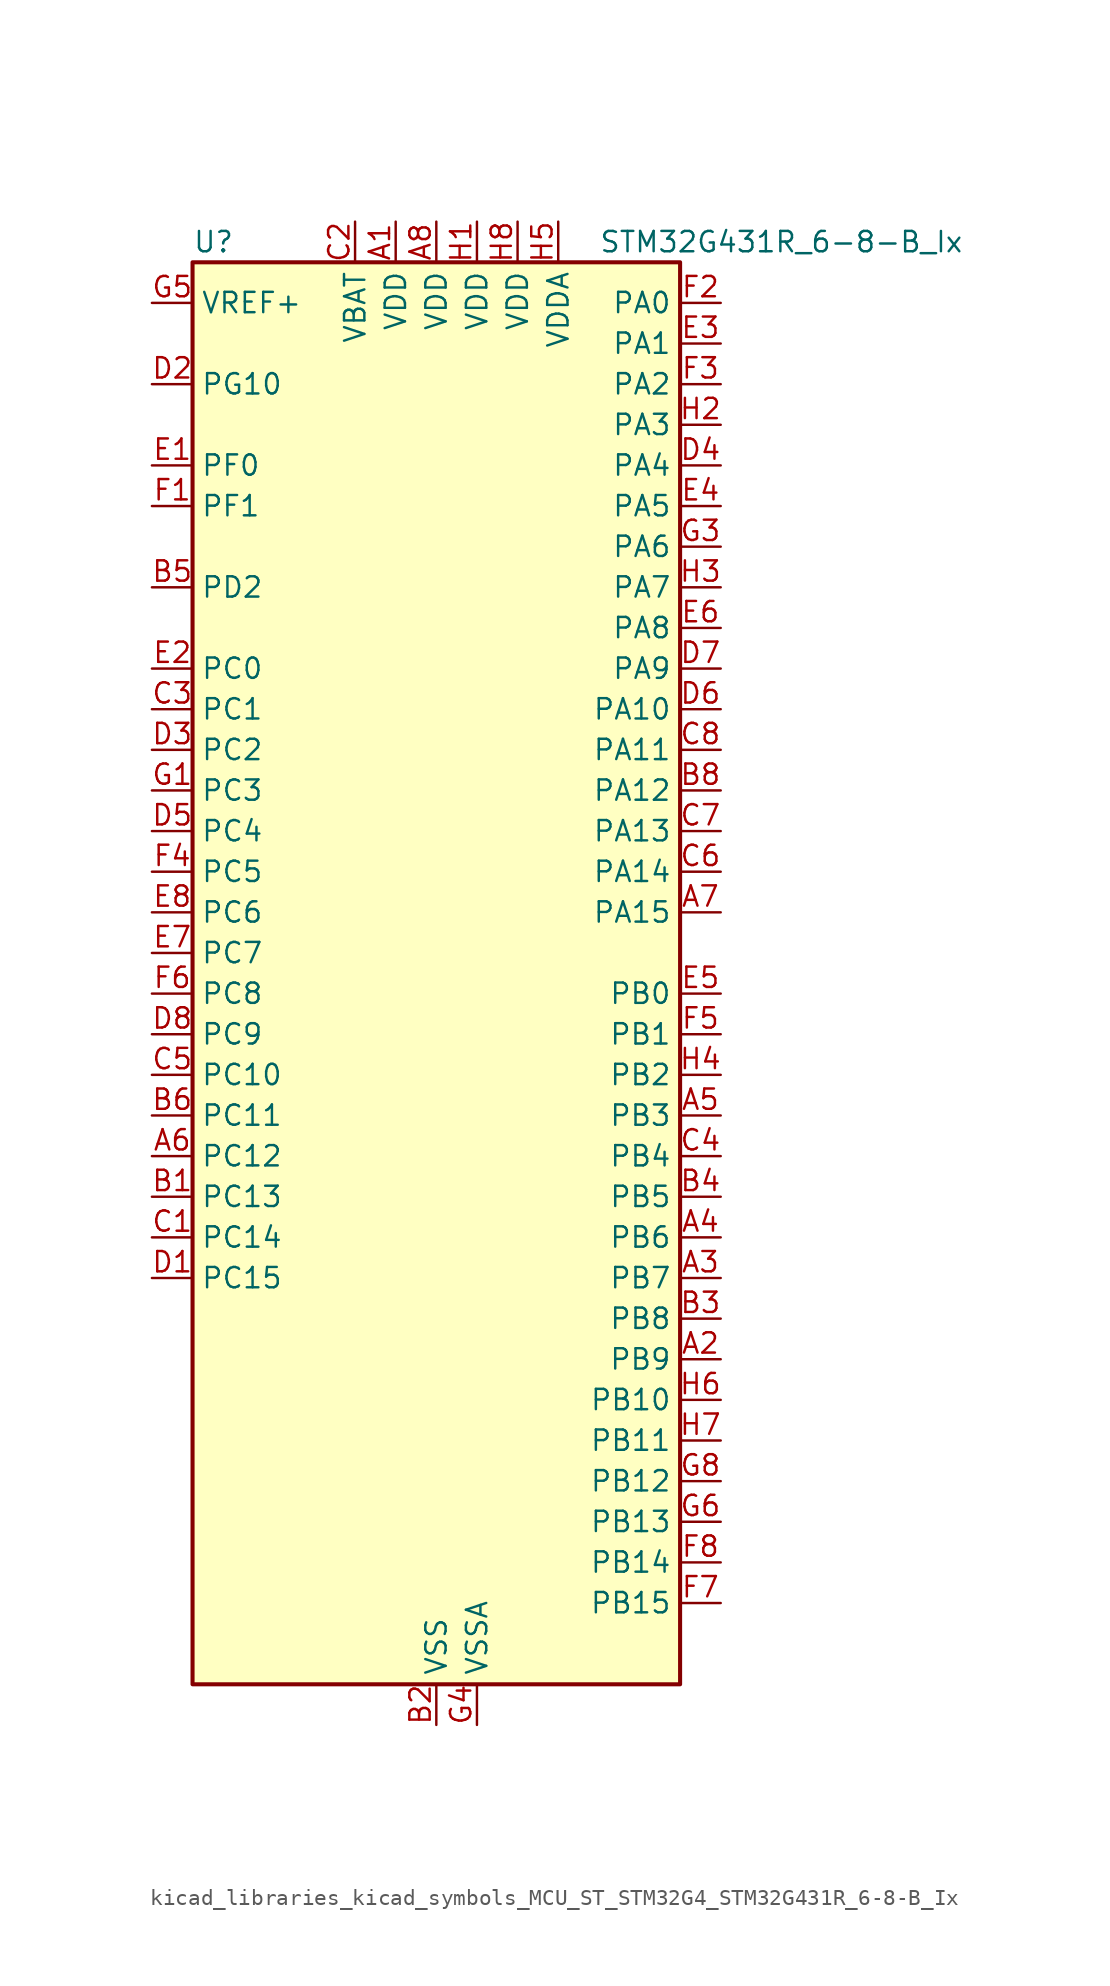
<source format=kicad_sym>
(kicad_symbol_lib
  (version 20220914)
  (generator kicad_symbol_editor)
  (symbol "kicad_libraries_kicad_symbols_MCU_ST_STM32G4_STM32G431R_6-8-B_Ix"
    (property "Reference" "U"
      (at -15.24 46.99 0)
      (effects (font (size 1.27 1.27)) (justify left)))
    (property "Value" "STM32G431R_6-8-B_Ix"
      (at 10.16 46.99 0)
      (effects (font (size 1.27 1.27)) (justify left)))
    (property "ki_locked" ""
      (at 0 0 0)
      (effects (font (size 1.27 1.27))))
    (symbol "kicad_libraries_kicad_symbols_MCU_ST_STM32G4_STM32G431R_6-8-B_Ix_0_1"
      (rectangle (start -15.24 -43.18) (end 15.24 45.72) (stroke (width 0.254) (type default)) (fill (type background))))
    (symbol "kicad_libraries_kicad_symbols_MCU_ST_STM32G4_STM32G431R_6-8-B_Ix_1_1"
      (pin power_in line (at -2.54 48.26 270) (length 2.54) (name "VDD" (effects (font (size 1.27 1.27)))) (number "A1" (effects (font (size 1.27 1.27)))))
      (pin bidirectional line (at 17.78 -22.86 180) (length 2.54) (name "PB9" (effects (font (size 1.27 1.27)))) (number "A2" (effects (font (size 1.27 1.27)))) (alternate "COMP2_OUT" bidirectional line) (alternate "DAC1_EXTI9" bidirectional line) (alternate "DAC3_EXTI9" bidirectional line) (alternate "FDCAN1_TX" bidirectional line) (alternate "I2C1_SDA" bidirectional line) (alternate "IR_OUT" bidirectional line) (alternate "SAI1_D2" bidirectional line) (alternate "SAI1_FS_A" bidirectional line) (alternate "TIM17_CH1" bidirectional line) (alternate "TIM1_CH3N" bidirectional line) (alternate "TIM4_CH4" bidirectional line) (alternate "TIM8_CH3" bidirectional line) (alternate "USART3_TX" bidirectional line))
      (pin bidirectional line (at 17.78 -17.78 180) (length 2.54) (name "PB7" (effects (font (size 1.27 1.27)))) (number "A3" (effects (font (size 1.27 1.27)))) (alternate "COMP3_OUT" bidirectional line) (alternate "I2C1_SDA" bidirectional line) (alternate "LPTIM1_IN2" bidirectional line) (alternate "SYS_PVD_IN" bidirectional line) (alternate "TIM17_CH1N" bidirectional line) (alternate "TIM3_CH4" bidirectional line) (alternate "TIM4_CH2" bidirectional line) (alternate "TIM8_BKIN" bidirectional line) (alternate "UART4_CTS" bidirectional line) (alternate "USART1_RX" bidirectional line))
      (pin bidirectional line (at 17.78 -15.24 180) (length 2.54) (name "PB6" (effects (font (size 1.27 1.27)))) (number "A4" (effects (font (size 1.27 1.27)))) (alternate "COMP4_OUT" bidirectional line) (alternate "LPTIM1_ETR" bidirectional line) (alternate "SAI1_FS_B" bidirectional line) (alternate "TIM16_CH1N" bidirectional line) (alternate "TIM4_CH1" bidirectional line) (alternate "TIM8_BKIN2" bidirectional line) (alternate "TIM8_CH1" bidirectional line) (alternate "TIM8_ETR" bidirectional line) (alternate "UCPD1_CC1" bidirectional line) (alternate "USART1_TX" bidirectional line))
      (pin bidirectional line (at 17.78 -7.62 180) (length 2.54) (name "PB3" (effects (font (size 1.27 1.27)))) (number "A5" (effects (font (size 1.27 1.27)))) (alternate "CRS_SYNC" bidirectional line) (alternate "I2S3_CK" bidirectional line) (alternate "SAI1_SCK_B" bidirectional line) (alternate "SPI1_SCK" bidirectional line) (alternate "SPI3_SCK" bidirectional line) (alternate "SYS_JTDO-SWO" bidirectional line) (alternate "TIM2_CH2" bidirectional line) (alternate "TIM3_ETR" bidirectional line) (alternate "TIM4_ETR" bidirectional line) (alternate "TIM8_CH1N" bidirectional line) (alternate "USART2_TX" bidirectional line))
      (pin bidirectional line (at -17.78 -10.16 0) (length 2.54) (name "PC12" (effects (font (size 1.27 1.27)))) (number "A6" (effects (font (size 1.27 1.27)))) (alternate "I2S3_SD" bidirectional line) (alternate "SPI3_MOSI" bidirectional line) (alternate "TIM8_CH3N" bidirectional line) (alternate "UCPD1_FRSTX1" bidirectional line) (alternate "UCPD1_FRSTX2" bidirectional line) (alternate "USART3_CK" bidirectional line))
      (pin bidirectional line (at 17.78 5.08 180) (length 2.54) (name "PA15" (effects (font (size 1.27 1.27)))) (number "A7" (effects (font (size 1.27 1.27)))) (alternate "ADC1_EXTI15" bidirectional line) (alternate "ADC2_EXTI15" bidirectional line) (alternate "I2C1_SCL" bidirectional line) (alternate "I2S3_WS" bidirectional line) (alternate "SPI1_NSS" bidirectional line) (alternate "SPI3_NSS" bidirectional line) (alternate "SYS_JTDI" bidirectional line) (alternate "TIM1_BKIN" bidirectional line) (alternate "TIM2_CH1" bidirectional line) (alternate "TIM2_ETR" bidirectional line) (alternate "TIM8_CH1" bidirectional line) (alternate "UART4_DE" bidirectional line) (alternate "UART4_RTS" bidirectional line) (alternate "USART2_RX" bidirectional line))
      (pin power_in line (at 0 48.26 270) (length 2.54) (name "VDD" (effects (font (size 1.27 1.27)))) (number "A8" (effects (font (size 1.27 1.27)))))
      (pin bidirectional line (at -17.78 -12.7 0) (length 2.54) (name "PC13" (effects (font (size 1.27 1.27)))) (number "B1" (effects (font (size 1.27 1.27)))) (alternate "RTC_OUT1" bidirectional line) (alternate "RTC_TAMP1" bidirectional line) (alternate "RTC_TS" bidirectional line) (alternate "SYS_WKUP2" bidirectional line) (alternate "TIM1_BKIN" bidirectional line) (alternate "TIM1_CH1N" bidirectional line) (alternate "TIM8_CH4N" bidirectional line))
      (pin power_in line (at 0 -45.72 90) (length 2.54) (name "VSS" (effects (font (size 1.27 1.27)))) (number "B2" (effects (font (size 1.27 1.27)))))
      (pin bidirectional line (at 17.78 -20.32 180) (length 2.54) (name "PB8" (effects (font (size 1.27 1.27)))) (number "B3" (effects (font (size 1.27 1.27)))) (alternate "COMP1_OUT" bidirectional line) (alternate "FDCAN1_RX" bidirectional line) (alternate "I2C1_SCL" bidirectional line) (alternate "SAI1_CK1" bidirectional line) (alternate "SAI1_MCLK_A" bidirectional line) (alternate "TIM16_CH1" bidirectional line) (alternate "TIM1_BKIN" bidirectional line) (alternate "TIM4_CH3" bidirectional line) (alternate "TIM8_CH2" bidirectional line) (alternate "USART3_RX" bidirectional line))
      (pin bidirectional line (at 17.78 -12.7 180) (length 2.54) (name "PB5" (effects (font (size 1.27 1.27)))) (number "B4" (effects (font (size 1.27 1.27)))) (alternate "I2C1_SMBA" bidirectional line) (alternate "I2C3_SDA" bidirectional line) (alternate "I2S3_SD" bidirectional line) (alternate "LPTIM1_IN1" bidirectional line) (alternate "SAI1_SD_B" bidirectional line) (alternate "SPI1_MOSI" bidirectional line) (alternate "SPI3_MOSI" bidirectional line) (alternate "TIM16_BKIN" bidirectional line) (alternate "TIM17_CH1" bidirectional line) (alternate "TIM3_CH2" bidirectional line) (alternate "TIM8_CH3N" bidirectional line) (alternate "USART2_CK" bidirectional line))
      (pin bidirectional line (at -17.78 25.4 0) (length 2.54) (name "PD2" (effects (font (size 1.27 1.27)))) (number "B5" (effects (font (size 1.27 1.27)))) (alternate "TIM3_ETR" bidirectional line) (alternate "TIM8_BKIN" bidirectional line))
      (pin bidirectional line (at -17.78 -7.62 0) (length 2.54) (name "PC11" (effects (font (size 1.27 1.27)))) (number "B6" (effects (font (size 1.27 1.27)))) (alternate "ADC1_EXTI11" bidirectional line) (alternate "ADC2_EXTI11" bidirectional line) (alternate "I2C3_SDA" bidirectional line) (alternate "SPI3_MISO" bidirectional line) (alternate "TIM8_CH2N" bidirectional line) (alternate "UART4_RX" bidirectional line) (alternate "USART3_RX" bidirectional line))
      (pin passive line (at 0 -45.72 90) (length 2.54) hide (name "VSS" (effects (font (size 1.27 1.27)))) (number "B7" (effects (font (size 1.27 1.27)))))
      (pin bidirectional line (at 17.78 12.7 180) (length 2.54) (name "PA12" (effects (font (size 1.27 1.27)))) (number "B8" (effects (font (size 1.27 1.27)))) (alternate "COMP2_OUT" bidirectional line) (alternate "FDCAN1_TX" bidirectional line) (alternate "I2S_CKIN" bidirectional line) (alternate "TIM16_CH1" bidirectional line) (alternate "TIM1_CH2N" bidirectional line) (alternate "TIM1_ETR" bidirectional line) (alternate "TIM4_CH2" bidirectional line) (alternate "USART1_DE" bidirectional line) (alternate "USART1_RTS" bidirectional line) (alternate "USB_DP" bidirectional line))
      (pin bidirectional line (at -17.78 -15.24 0) (length 2.54) (name "PC14" (effects (font (size 1.27 1.27)))) (number "C1" (effects (font (size 1.27 1.27)))) (alternate "RCC_OSC32_IN" bidirectional line))
      (pin power_in line (at -5.08 48.26 270) (length 2.54) (name "VBAT" (effects (font (size 1.27 1.27)))) (number "C2" (effects (font (size 1.27 1.27)))))
      (pin bidirectional line (at -17.78 17.78 0) (length 2.54) (name "PC1" (effects (font (size 1.27 1.27)))) (number "C3" (effects (font (size 1.27 1.27)))) (alternate "ADC1_IN7" bidirectional line) (alternate "ADC2_IN7" bidirectional line) (alternate "COMP3_INP" bidirectional line) (alternate "LPTIM1_OUT" bidirectional line) (alternate "LPUART1_TX" bidirectional line) (alternate "SAI1_SD_A" bidirectional line) (alternate "TIM1_CH2" bidirectional line))
      (pin bidirectional line (at 17.78 -10.16 180) (length 2.54) (name "PB4" (effects (font (size 1.27 1.27)))) (number "C4" (effects (font (size 1.27 1.27)))) (alternate "SAI1_MCLK_B" bidirectional line) (alternate "SPI1_MISO" bidirectional line) (alternate "SPI3_MISO" bidirectional line) (alternate "SYS_JTRST" bidirectional line) (alternate "TIM16_CH1" bidirectional line) (alternate "TIM17_BKIN" bidirectional line) (alternate "TIM3_CH1" bidirectional line) (alternate "TIM8_CH2N" bidirectional line) (alternate "UCPD1_CC2" bidirectional line) (alternate "USART2_RX" bidirectional line))
      (pin bidirectional line (at -17.78 -5.08 0) (length 2.54) (name "PC10" (effects (font (size 1.27 1.27)))) (number "C5" (effects (font (size 1.27 1.27)))) (alternate "DAC1_EXTI10" bidirectional line) (alternate "DAC3_EXTI10" bidirectional line) (alternate "I2S3_CK" bidirectional line) (alternate "SPI3_SCK" bidirectional line) (alternate "TIM8_CH1N" bidirectional line) (alternate "UART4_TX" bidirectional line) (alternate "USART3_TX" bidirectional line))
      (pin bidirectional line (at 17.78 7.62 180) (length 2.54) (name "PA14" (effects (font (size 1.27 1.27)))) (number "C6" (effects (font (size 1.27 1.27)))) (alternate "I2C1_SDA" bidirectional line) (alternate "LPTIM1_OUT" bidirectional line) (alternate "SAI1_FS_B" bidirectional line) (alternate "SYS_JTCK-SWCLK" bidirectional line) (alternate "TIM1_BKIN" bidirectional line) (alternate "TIM8_CH2" bidirectional line) (alternate "USART2_TX" bidirectional line))
      (pin bidirectional line (at 17.78 10.16 180) (length 2.54) (name "PA13" (effects (font (size 1.27 1.27)))) (number "C7" (effects (font (size 1.27 1.27)))) (alternate "I2C1_SCL" bidirectional line) (alternate "IR_OUT" bidirectional line) (alternate "SAI1_SD_B" bidirectional line) (alternate "SYS_JTMS-SWDIO" bidirectional line) (alternate "TIM16_CH1N" bidirectional line) (alternate "TIM4_CH3" bidirectional line) (alternate "USART3_CTS" bidirectional line) (alternate "USART3_NSS" bidirectional line))
      (pin bidirectional line (at 17.78 15.24 180) (length 2.54) (name "PA11" (effects (font (size 1.27 1.27)))) (number "C8" (effects (font (size 1.27 1.27)))) (alternate "ADC1_EXTI11" bidirectional line) (alternate "ADC2_EXTI11" bidirectional line) (alternate "COMP1_OUT" bidirectional line) (alternate "FDCAN1_RX" bidirectional line) (alternate "I2S2_SD" bidirectional line) (alternate "SPI2_MOSI" bidirectional line) (alternate "TIM1_BKIN2" bidirectional line) (alternate "TIM1_CH1N" bidirectional line) (alternate "TIM1_CH4" bidirectional line) (alternate "TIM4_CH1" bidirectional line) (alternate "USART1_CTS" bidirectional line) (alternate "USART1_NSS" bidirectional line) (alternate "USB_DM" bidirectional line))
      (pin bidirectional line (at -17.78 -17.78 0) (length 2.54) (name "PC15" (effects (font (size 1.27 1.27)))) (number "D1" (effects (font (size 1.27 1.27)))) (alternate "ADC1_EXTI15" bidirectional line) (alternate "ADC2_EXTI15" bidirectional line) (alternate "RCC_OSC32_OUT" bidirectional line))
      (pin bidirectional line (at -17.78 38.1 0) (length 2.54) (name "PG10" (effects (font (size 1.27 1.27)))) (number "D2" (effects (font (size 1.27 1.27)))) (alternate "DAC1_EXTI10" bidirectional line) (alternate "DAC3_EXTI10" bidirectional line) (alternate "RCC_MCO" bidirectional line))
      (pin bidirectional line (at -17.78 15.24 0) (length 2.54) (name "PC2" (effects (font (size 1.27 1.27)))) (number "D3" (effects (font (size 1.27 1.27)))) (alternate "ADC1_IN8" bidirectional line) (alternate "ADC2_IN8" bidirectional line) (alternate "COMP3_OUT" bidirectional line) (alternate "LPTIM1_IN2" bidirectional line) (alternate "TIM1_CH3" bidirectional line))
      (pin bidirectional line (at 17.78 33.02 180) (length 2.54) (name "PA4" (effects (font (size 1.27 1.27)))) (number "D4" (effects (font (size 1.27 1.27)))) (alternate "ADC2_IN17" bidirectional line) (alternate "COMP1_INM" bidirectional line) (alternate "DAC1_OUT1" bidirectional line) (alternate "I2S3_WS" bidirectional line) (alternate "SAI1_FS_B" bidirectional line) (alternate "SPI1_NSS" bidirectional line) (alternate "SPI3_NSS" bidirectional line) (alternate "TIM3_CH2" bidirectional line) (alternate "USART2_CK" bidirectional line))
      (pin bidirectional line (at -17.78 10.16 0) (length 2.54) (name "PC4" (effects (font (size 1.27 1.27)))) (number "D5" (effects (font (size 1.27 1.27)))) (alternate "ADC2_IN5" bidirectional line) (alternate "I2C2_SCL" bidirectional line) (alternate "TIM1_ETR" bidirectional line) (alternate "USART1_TX" bidirectional line))
      (pin bidirectional line (at 17.78 17.78 180) (length 2.54) (name "PA10" (effects (font (size 1.27 1.27)))) (number "D6" (effects (font (size 1.27 1.27)))) (alternate "CRS_SYNC" bidirectional line) (alternate "DAC1_EXTI10" bidirectional line) (alternate "DAC3_EXTI10" bidirectional line) (alternate "I2C2_SMBA" bidirectional line) (alternate "SAI1_D1" bidirectional line) (alternate "SAI1_SD_A" bidirectional line) (alternate "SPI2_MISO" bidirectional line) (alternate "TIM17_BKIN" bidirectional line) (alternate "TIM1_CH3" bidirectional line) (alternate "TIM2_CH4" bidirectional line) (alternate "TIM8_BKIN" bidirectional line) (alternate "UCPD1_DBCC2" bidirectional line) (alternate "USART1_RX" bidirectional line))
      (pin bidirectional line (at 17.78 20.32 180) (length 2.54) (name "PA9" (effects (font (size 1.27 1.27)))) (number "D7" (effects (font (size 1.27 1.27)))) (alternate "DAC1_EXTI9" bidirectional line) (alternate "DAC3_EXTI9" bidirectional line) (alternate "I2C2_SCL" bidirectional line) (alternate "I2C3_SMBA" bidirectional line) (alternate "I2S3_MCK" bidirectional line) (alternate "SAI1_FS_A" bidirectional line) (alternate "TIM15_BKIN" bidirectional line) (alternate "TIM1_CH2" bidirectional line) (alternate "TIM2_CH3" bidirectional line) (alternate "UCPD1_DBCC1" bidirectional line) (alternate "USART1_TX" bidirectional line))
      (pin bidirectional line (at -17.78 -2.54 0) (length 2.54) (name "PC9" (effects (font (size 1.27 1.27)))) (number "D8" (effects (font (size 1.27 1.27)))) (alternate "DAC1_EXTI9" bidirectional line) (alternate "DAC3_EXTI9" bidirectional line) (alternate "I2C3_SDA" bidirectional line) (alternate "I2S_CKIN" bidirectional line) (alternate "TIM3_CH4" bidirectional line) (alternate "TIM8_BKIN2" bidirectional line) (alternate "TIM8_CH4" bidirectional line))
      (pin bidirectional line (at -17.78 33.02 0) (length 2.54) (name "PF0" (effects (font (size 1.27 1.27)))) (number "E1" (effects (font (size 1.27 1.27)))) (alternate "ADC1_IN10" bidirectional line) (alternate "I2C2_SDA" bidirectional line) (alternate "I2S2_WS" bidirectional line) (alternate "RCC_OSC_IN" bidirectional line) (alternate "SPI2_NSS" bidirectional line) (alternate "TIM1_CH3N" bidirectional line))
      (pin bidirectional line (at -17.78 20.32 0) (length 2.54) (name "PC0" (effects (font (size 1.27 1.27)))) (number "E2" (effects (font (size 1.27 1.27)))) (alternate "ADC1_IN6" bidirectional line) (alternate "ADC2_IN6" bidirectional line) (alternate "COMP3_INM" bidirectional line) (alternate "LPTIM1_IN1" bidirectional line) (alternate "LPUART1_RX" bidirectional line) (alternate "TIM1_CH1" bidirectional line))
      (pin bidirectional line (at 17.78 40.64 180) (length 2.54) (name "PA1" (effects (font (size 1.27 1.27)))) (number "E3" (effects (font (size 1.27 1.27)))) (alternate "ADC1_IN2" bidirectional line) (alternate "ADC2_IN2" bidirectional line) (alternate "COMP1_INP" bidirectional line) (alternate "OPAMP1_VINP" bidirectional line) (alternate "OPAMP1_VINP_SEC" bidirectional line) (alternate "OPAMP3_VINP" bidirectional line) (alternate "OPAMP3_VINP_SEC" bidirectional line) (alternate "RTC_REFIN" bidirectional line) (alternate "TIM15_CH1N" bidirectional line) (alternate "TIM2_CH2" bidirectional line) (alternate "USART2_DE" bidirectional line) (alternate "USART2_RTS" bidirectional line))
      (pin bidirectional line (at 17.78 30.48 180) (length 2.54) (name "PA5" (effects (font (size 1.27 1.27)))) (number "E4" (effects (font (size 1.27 1.27)))) (alternate "ADC2_IN13" bidirectional line) (alternate "COMP2_INM" bidirectional line) (alternate "DAC1_OUT2" bidirectional line) (alternate "OPAMP2_VINM" bidirectional line) (alternate "OPAMP2_VINM0" bidirectional line) (alternate "OPAMP2_VINM_SEC" bidirectional line) (alternate "SPI1_SCK" bidirectional line) (alternate "TIM2_CH1" bidirectional line) (alternate "TIM2_ETR" bidirectional line) (alternate "UCPD1_FRSTX1" bidirectional line) (alternate "UCPD1_FRSTX2" bidirectional line))
      (pin bidirectional line (at 17.78 0 180) (length 2.54) (name "PB0" (effects (font (size 1.27 1.27)))) (number "E5" (effects (font (size 1.27 1.27)))) (alternate "ADC1_IN15" bidirectional line) (alternate "COMP4_INP" bidirectional line) (alternate "OPAMP2_VINP" bidirectional line) (alternate "OPAMP2_VINP_SEC" bidirectional line) (alternate "OPAMP3_VINP" bidirectional line) (alternate "OPAMP3_VINP_SEC" bidirectional line) (alternate "TIM1_CH2N" bidirectional line) (alternate "TIM3_CH3" bidirectional line) (alternate "TIM8_CH2N" bidirectional line) (alternate "UCPD1_FRSTX1" bidirectional line) (alternate "UCPD1_FRSTX2" bidirectional line))
      (pin bidirectional line (at 17.78 22.86 180) (length 2.54) (name "PA8" (effects (font (size 1.27 1.27)))) (number "E6" (effects (font (size 1.27 1.27)))) (alternate "I2C2_SDA" bidirectional line) (alternate "I2C3_SCL" bidirectional line) (alternate "I2S2_MCK" bidirectional line) (alternate "RCC_MCO" bidirectional line) (alternate "SAI1_CK2" bidirectional line) (alternate "SAI1_SCK_A" bidirectional line) (alternate "TIM1_CH1" bidirectional line) (alternate "TIM4_ETR" bidirectional line) (alternate "USART1_CK" bidirectional line))
      (pin bidirectional line (at -17.78 2.54 0) (length 2.54) (name "PC7" (effects (font (size 1.27 1.27)))) (number "E7" (effects (font (size 1.27 1.27)))) (alternate "I2S3_MCK" bidirectional line) (alternate "TIM3_CH2" bidirectional line) (alternate "TIM8_CH2" bidirectional line))
      (pin bidirectional line (at -17.78 5.08 0) (length 2.54) (name "PC6" (effects (font (size 1.27 1.27)))) (number "E8" (effects (font (size 1.27 1.27)))) (alternate "I2S2_MCK" bidirectional line) (alternate "TIM3_CH1" bidirectional line) (alternate "TIM8_CH1" bidirectional line))
      (pin bidirectional line (at -17.78 30.48 0) (length 2.54) (name "PF1" (effects (font (size 1.27 1.27)))) (number "F1" (effects (font (size 1.27 1.27)))) (alternate "ADC2_IN10" bidirectional line) (alternate "COMP3_INM" bidirectional line) (alternate "I2S2_CK" bidirectional line) (alternate "RCC_OSC_OUT" bidirectional line) (alternate "SPI2_SCK" bidirectional line))
      (pin bidirectional line (at 17.78 43.18 180) (length 2.54) (name "PA0" (effects (font (size 1.27 1.27)))) (number "F2" (effects (font (size 1.27 1.27)))) (alternate "ADC1_IN1" bidirectional line) (alternate "ADC2_IN1" bidirectional line) (alternate "COMP1_INM" bidirectional line) (alternate "COMP1_OUT" bidirectional line) (alternate "COMP3_INP" bidirectional line) (alternate "RTC_TAMP2" bidirectional line) (alternate "SYS_WKUP1" bidirectional line) (alternate "TIM2_CH1" bidirectional line) (alternate "TIM2_ETR" bidirectional line) (alternate "TIM8_BKIN" bidirectional line) (alternate "TIM8_ETR" bidirectional line) (alternate "USART2_CTS" bidirectional line) (alternate "USART2_NSS" bidirectional line))
      (pin bidirectional line (at 17.78 38.1 180) (length 2.54) (name "PA2" (effects (font (size 1.27 1.27)))) (number "F3" (effects (font (size 1.27 1.27)))) (alternate "ADC1_IN3" bidirectional line) (alternate "COMP2_INM" bidirectional line) (alternate "COMP2_OUT" bidirectional line) (alternate "LPUART1_TX" bidirectional line) (alternate "OPAMP1_VOUT" bidirectional line) (alternate "RCC_LSCO" bidirectional line) (alternate "SYS_WKUP4" bidirectional line) (alternate "TIM15_CH1" bidirectional line) (alternate "TIM2_CH3" bidirectional line) (alternate "UCPD1_FRSTX1" bidirectional line) (alternate "UCPD1_FRSTX2" bidirectional line) (alternate "USART2_TX" bidirectional line))
      (pin bidirectional line (at -17.78 7.62 0) (length 2.54) (name "PC5" (effects (font (size 1.27 1.27)))) (number "F4" (effects (font (size 1.27 1.27)))) (alternate "ADC2_IN11" bidirectional line) (alternate "OPAMP1_VINM" bidirectional line) (alternate "OPAMP1_VINM1" bidirectional line) (alternate "OPAMP1_VINM_SEC" bidirectional line) (alternate "OPAMP2_VINM" bidirectional line) (alternate "OPAMP2_VINM1" bidirectional line) (alternate "OPAMP2_VINM_SEC" bidirectional line) (alternate "SAI1_D3" bidirectional line) (alternate "SYS_WKUP5" bidirectional line) (alternate "TIM15_BKIN" bidirectional line) (alternate "TIM1_CH4N" bidirectional line) (alternate "USART1_RX" bidirectional line))
      (pin bidirectional line (at 17.78 -2.54 180) (length 2.54) (name "PB1" (effects (font (size 1.27 1.27)))) (number "F5" (effects (font (size 1.27 1.27)))) (alternate "ADC1_IN12" bidirectional line) (alternate "COMP1_INP" bidirectional line) (alternate "COMP4_OUT" bidirectional line) (alternate "LPUART1_DE" bidirectional line) (alternate "LPUART1_RTS" bidirectional line) (alternate "OPAMP3_VOUT" bidirectional line) (alternate "TIM1_CH3N" bidirectional line) (alternate "TIM3_CH4" bidirectional line) (alternate "TIM8_CH3N" bidirectional line))
      (pin bidirectional line (at -17.78 0 0) (length 2.54) (name "PC8" (effects (font (size 1.27 1.27)))) (number "F6" (effects (font (size 1.27 1.27)))) (alternate "I2C3_SCL" bidirectional line) (alternate "TIM3_CH3" bidirectional line) (alternate "TIM8_CH3" bidirectional line))
      (pin bidirectional line (at 17.78 -38.1 180) (length 2.54) (name "PB15" (effects (font (size 1.27 1.27)))) (number "F7" (effects (font (size 1.27 1.27)))) (alternate "ADC1_EXTI15" bidirectional line) (alternate "ADC2_EXTI15" bidirectional line) (alternate "ADC2_IN15" bidirectional line) (alternate "COMP3_OUT" bidirectional line) (alternate "I2S2_SD" bidirectional line) (alternate "RTC_REFIN" bidirectional line) (alternate "SPI2_MOSI" bidirectional line) (alternate "TIM15_CH1N" bidirectional line) (alternate "TIM15_CH2" bidirectional line) (alternate "TIM1_CH3N" bidirectional line))
      (pin bidirectional line (at 17.78 -35.56 180) (length 2.54) (name "PB14" (effects (font (size 1.27 1.27)))) (number "F8" (effects (font (size 1.27 1.27)))) (alternate "ADC1_IN5" bidirectional line) (alternate "COMP4_OUT" bidirectional line) (alternate "OPAMP2_VINP" bidirectional line) (alternate "OPAMP2_VINP_SEC" bidirectional line) (alternate "SPI2_MISO" bidirectional line) (alternate "TIM15_CH1" bidirectional line) (alternate "TIM1_CH2N" bidirectional line) (alternate "USART3_DE" bidirectional line) (alternate "USART3_RTS" bidirectional line))
      (pin bidirectional line (at -17.78 12.7 0) (length 2.54) (name "PC3" (effects (font (size 1.27 1.27)))) (number "G1" (effects (font (size 1.27 1.27)))) (alternate "ADC1_IN9" bidirectional line) (alternate "ADC2_IN9" bidirectional line) (alternate "LPTIM1_ETR" bidirectional line) (alternate "SAI1_D1" bidirectional line) (alternate "SAI1_SD_A" bidirectional line) (alternate "TIM1_BKIN2" bidirectional line) (alternate "TIM1_CH4" bidirectional line))
      (pin passive line (at 0 -45.72 90) (length 2.54) hide (name "VSS" (effects (font (size 1.27 1.27)))) (number "G2" (effects (font (size 1.27 1.27)))))
      (pin bidirectional line (at 17.78 27.94 180) (length 2.54) (name "PA6" (effects (font (size 1.27 1.27)))) (number "G3" (effects (font (size 1.27 1.27)))) (alternate "ADC2_IN3" bidirectional line) (alternate "COMP1_OUT" bidirectional line) (alternate "LPUART1_CTS" bidirectional line) (alternate "OPAMP2_VOUT" bidirectional line) (alternate "SPI1_MISO" bidirectional line) (alternate "TIM16_CH1" bidirectional line) (alternate "TIM1_BKIN" bidirectional line) (alternate "TIM3_CH1" bidirectional line) (alternate "TIM8_BKIN" bidirectional line))
      (pin power_in line (at 2.54 -45.72 90) (length 2.54) (name "VSSA" (effects (font (size 1.27 1.27)))) (number "G4" (effects (font (size 1.27 1.27)))))
      (pin input line (at -17.78 43.18 0) (length 2.54) (name "VREF+" (effects (font (size 1.27 1.27)))) (number "G5" (effects (font (size 1.27 1.27)))) (alternate "VREFBUF_OUT" bidirectional line))
      (pin bidirectional line (at 17.78 -33.02 180) (length 2.54) (name "PB13" (effects (font (size 1.27 1.27)))) (number "G6" (effects (font (size 1.27 1.27)))) (alternate "I2S2_CK" bidirectional line) (alternate "LPUART1_CTS" bidirectional line) (alternate "OPAMP3_VINP" bidirectional line) (alternate "OPAMP3_VINP_SEC" bidirectional line) (alternate "SPI2_SCK" bidirectional line) (alternate "TIM1_CH1N" bidirectional line) (alternate "USART3_CTS" bidirectional line) (alternate "USART3_NSS" bidirectional line))
      (pin passive line (at 0 -45.72 90) (length 2.54) hide (name "VSS" (effects (font (size 1.27 1.27)))) (number "G7" (effects (font (size 1.27 1.27)))))
      (pin bidirectional line (at 17.78 -30.48 180) (length 2.54) (name "PB12" (effects (font (size 1.27 1.27)))) (number "G8" (effects (font (size 1.27 1.27)))) (alternate "ADC1_IN11" bidirectional line) (alternate "I2C2_SMBA" bidirectional line) (alternate "I2S2_WS" bidirectional line) (alternate "LPUART1_DE" bidirectional line) (alternate "LPUART1_RTS" bidirectional line) (alternate "SPI2_NSS" bidirectional line) (alternate "TIM1_BKIN" bidirectional line) (alternate "USART3_CK" bidirectional line))
      (pin power_in line (at 2.54 48.26 270) (length 2.54) (name "VDD" (effects (font (size 1.27 1.27)))) (number "H1" (effects (font (size 1.27 1.27)))))
      (pin bidirectional line (at 17.78 35.56 180) (length 2.54) (name "PA3" (effects (font (size 1.27 1.27)))) (number "H2" (effects (font (size 1.27 1.27)))) (alternate "ADC1_IN4" bidirectional line) (alternate "COMP2_INP" bidirectional line) (alternate "LPUART1_RX" bidirectional line) (alternate "OPAMP1_VINM" bidirectional line) (alternate "OPAMP1_VINM0" bidirectional line) (alternate "OPAMP1_VINM_SEC" bidirectional line) (alternate "OPAMP1_VINP" bidirectional line) (alternate "OPAMP1_VINP_SEC" bidirectional line) (alternate "SAI1_CK1" bidirectional line) (alternate "SAI1_MCLK_A" bidirectional line) (alternate "TIM15_CH2" bidirectional line) (alternate "TIM2_CH4" bidirectional line) (alternate "USART2_RX" bidirectional line))
      (pin bidirectional line (at 17.78 25.4 180) (length 2.54) (name "PA7" (effects (font (size 1.27 1.27)))) (number "H3" (effects (font (size 1.27 1.27)))) (alternate "ADC2_IN4" bidirectional line) (alternate "COMP2_INP" bidirectional line) (alternate "COMP2_OUT" bidirectional line) (alternate "OPAMP1_VINP" bidirectional line) (alternate "OPAMP1_VINP_SEC" bidirectional line) (alternate "OPAMP2_VINP" bidirectional line) (alternate "OPAMP2_VINP_SEC" bidirectional line) (alternate "SPI1_MOSI" bidirectional line) (alternate "TIM17_CH1" bidirectional line) (alternate "TIM1_CH1N" bidirectional line) (alternate "TIM3_CH2" bidirectional line) (alternate "TIM8_CH1N" bidirectional line) (alternate "UCPD1_FRSTX1" bidirectional line) (alternate "UCPD1_FRSTX2" bidirectional line))
      (pin bidirectional line (at 17.78 -5.08 180) (length 2.54) (name "PB2" (effects (font (size 1.27 1.27)))) (number "H4" (effects (font (size 1.27 1.27)))) (alternate "ADC2_IN12" bidirectional line) (alternate "COMP4_INM" bidirectional line) (alternate "I2C3_SMBA" bidirectional line) (alternate "LPTIM1_OUT" bidirectional line) (alternate "OPAMP3_VINM" bidirectional line) (alternate "OPAMP3_VINM0" bidirectional line) (alternate "OPAMP3_VINM_SEC" bidirectional line) (alternate "RTC_OUT2" bidirectional line))
      (pin power_in line (at 7.62 48.26 270) (length 2.54) (name "VDDA" (effects (font (size 1.27 1.27)))) (number "H5" (effects (font (size 1.27 1.27)))))
      (pin bidirectional line (at 17.78 -25.4 180) (length 2.54) (name "PB10" (effects (font (size 1.27 1.27)))) (number "H6" (effects (font (size 1.27 1.27)))) (alternate "DAC1_EXTI10" bidirectional line) (alternate "DAC3_EXTI10" bidirectional line) (alternate "LPUART1_RX" bidirectional line) (alternate "OPAMP3_VINM" bidirectional line) (alternate "OPAMP3_VINM1" bidirectional line) (alternate "OPAMP3_VINM_SEC" bidirectional line) (alternate "SAI1_SCK_A" bidirectional line) (alternate "TIM1_BKIN" bidirectional line) (alternate "TIM2_CH3" bidirectional line) (alternate "USART3_TX" bidirectional line))
      (pin bidirectional line (at 17.78 -27.94 180) (length 2.54) (name "PB11" (effects (font (size 1.27 1.27)))) (number "H7" (effects (font (size 1.27 1.27)))) (alternate "ADC1_EXTI11" bidirectional line) (alternate "ADC1_IN14" bidirectional line) (alternate "ADC2_EXTI11" bidirectional line) (alternate "ADC2_IN14" bidirectional line) (alternate "LPUART1_TX" bidirectional line) (alternate "TIM2_CH4" bidirectional line) (alternate "USART3_RX" bidirectional line))
      (pin power_in line (at 5.08 48.26 270) (length 2.54) (name "VDD" (effects (font (size 1.27 1.27)))) (number "H8" (effects (font (size 1.27 1.27))))))))
</source>
